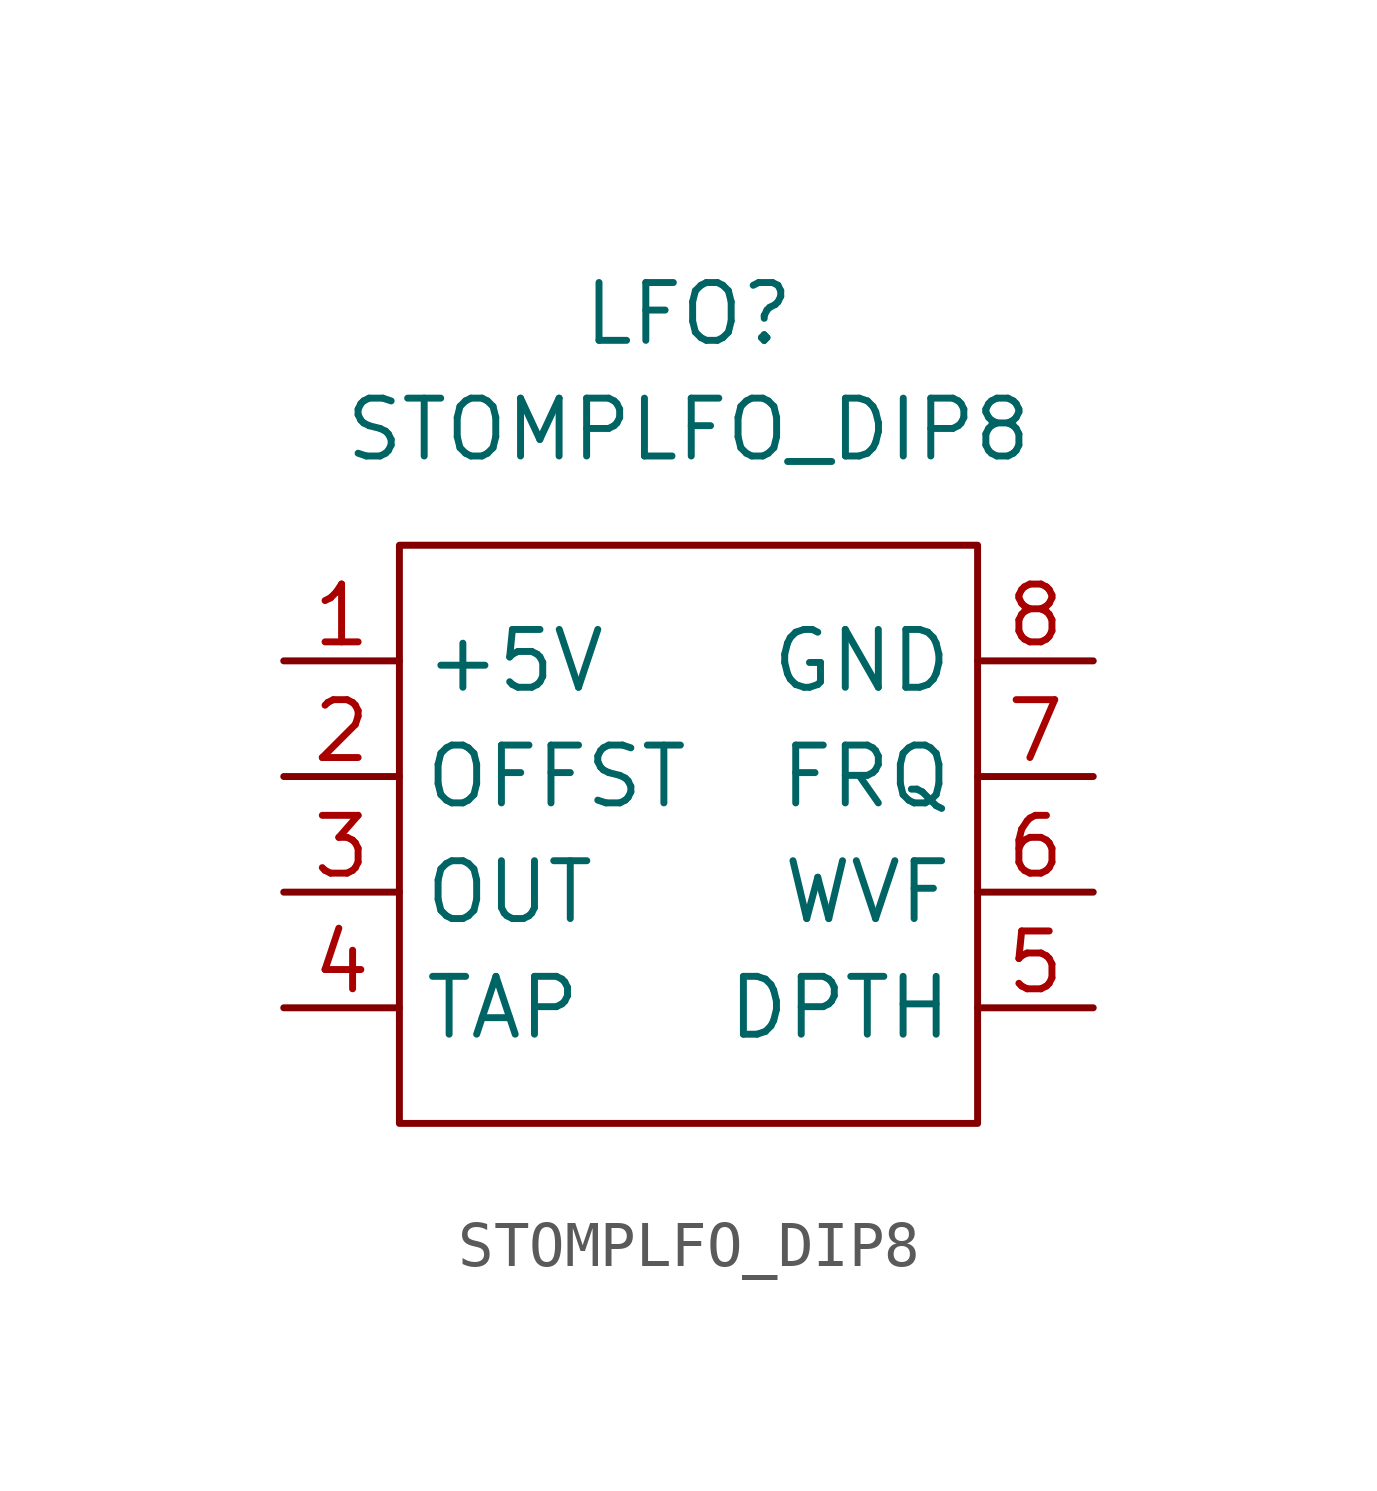
<source format=kicad_sym>
(kicad_symbol_lib
  (version 20211014)
  (generator kicad_symbol_editor)
  (symbol "STOMPLFO_DIP8"
    (property "Reference" "LFO"
      (at 0 2.54 0)
      (effects (font (size 1.27 1.27))))
    (property "Value" "STOMPLFO_DIP8"
      (at 0 0 0)
      (effects (font (size 1.27 1.27))))
    (symbol "STOMPLFO_DIP8_0_1"
      (rectangle (start -6.35 -2.54) (end 6.35 -15.24) (stroke (width 0) (type default) (color 0 0 0 0)) (fill (type none))))
    (symbol "STOMPLFO_DIP8_1_1"
      (pin passive line (at -8.89 -5.08 0) (length 2.54) (name "+5V" (effects (font (size 1.27 1.27)))) (number "1" (effects (font (size 1.27 1.27)))))
      (pin input line (at -8.89 -7.62 0) (length 2.54) (name "OFFST" (effects (font (size 1.27 1.27)))) (number "2" (effects (font (size 1.27 1.27)))))
      (pin output line (at -8.89 -10.16 0) (length 2.54) (name "OUT" (effects (font (size 1.27 1.27)))) (number "3" (effects (font (size 1.27 1.27)))))
      (pin input line (at -8.89 -12.7 0) (length 2.54) (name "TAP" (effects (font (size 1.27 1.27)))) (number "4" (effects (font (size 1.27 1.27)))))
      (pin input line (at 8.89 -12.7 180) (length 2.54) (name "DPTH" (effects (font (size 1.27 1.27)))) (number "5" (effects (font (size 1.27 1.27)))))
      (pin input line (at 8.89 -10.16 180) (length 2.54) (name "WVF" (effects (font (size 1.27 1.27)))) (number "6" (effects (font (size 1.27 1.27)))))
      (pin input line (at 8.89 -7.62 180) (length 2.54) (name "FRQ" (effects (font (size 1.27 1.27)))) (number "7" (effects (font (size 1.27 1.27)))))
      (pin passive line (at 8.89 -5.08 180) (length 2.54) (name "GND" (effects (font (size 1.27 1.27)))) (number "8" (effects (font (size 1.27 1.27))))))))
</source>
